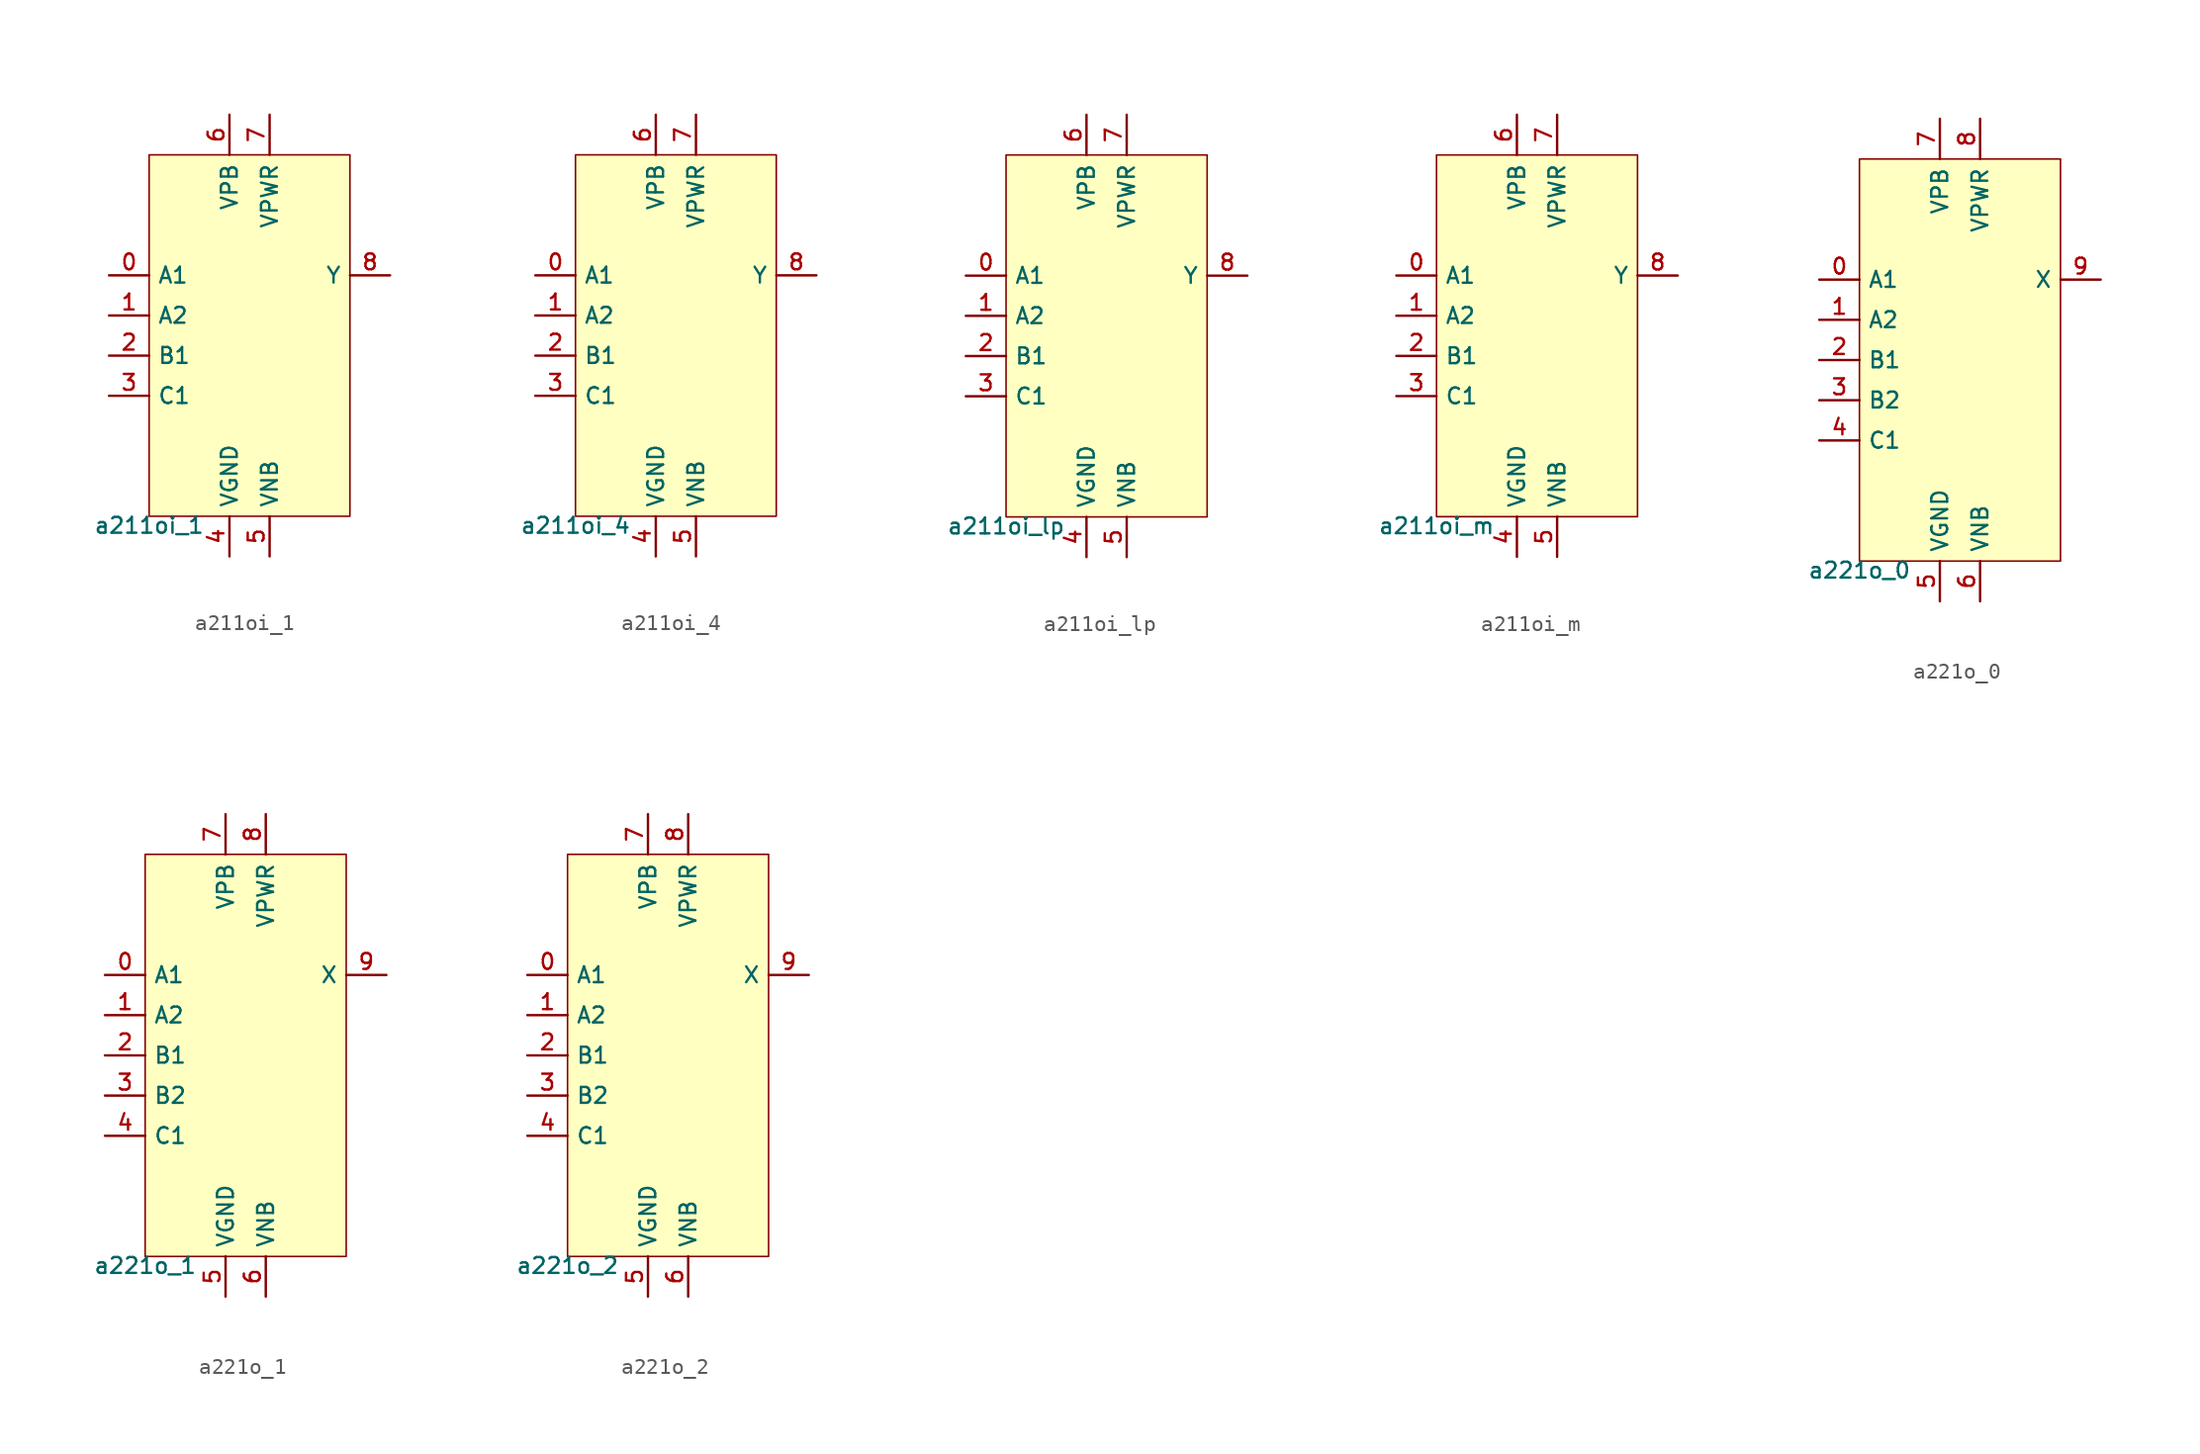
<source format=kicad_sym>
(kicad_symbol_lib
  (version 20211014)
  (generator pdk2kicad)
  (symbol "a211oi_1"
    (property "Reference" "X"
      (at 0 0 0)
      (effects (font (size 1 1)) hide))
    (property "Value" "a211oi_1"
      (at -6.35 -11.43 0)
      (effects (font (size 1 1)) (justify top)))
    (rectangle
      (start -6.35 -11.43)
      (end 6.35 11.43)
      (stroke (width 0.1) (type solid) (color 0 0 0 0))
      (fill (type background)))
    (pin input line
      (at -8.89 3.81 0)
      (length 2.54)
      (name "A1" (effects (font (size 1 1)) hide))
      (number "0" (effects (font (size 1 1)) hide)))
    (pin input line
      (at -8.89 1.27 0)
      (length 2.54)
      (name "A2" (effects (font (size 1 1)) hide))
      (number "1" (effects (font (size 1 1)) hide)))
    (pin input line
      (at -8.89 -1.27 0)
      (length 2.54)
      (name "B1" (effects (font (size 1 1)) hide))
      (number "2" (effects (font (size 1 1)) hide)))
    (pin input line
      (at -8.89 -3.81 0)
      (length 2.54)
      (name "C1" (effects (font (size 1 1)) hide))
      (number "3" (effects (font (size 1 1)) hide)))
    (pin power_in line
      (at -1.27 -13.97 90)
      (length 2.54)
      (name "VGND" (effects (font (size 1 1)) hide))
      (number "4" (effects (font (size 1 1)) hide)))
    (pin power_in line
      (at 1.27 -13.97 90)
      (length 2.54)
      (name "VNB" (effects (font (size 1 1)) hide))
      (number "5" (effects (font (size 1 1)) hide)))
    (pin power_in line
      (at -1.27 13.97 270)
      (length 2.54)
      (name "VPB" (effects (font (size 1 1)) hide))
      (number "6" (effects (font (size 1 1)) hide)))
    (pin power_in line
      (at 1.27 13.97 270)
      (length 2.54)
      (name "VPWR" (effects (font (size 1 1)) hide))
      (number "7" (effects (font (size 1 1)) hide)))
    (pin output line
      (at 8.89 3.81 180)
      (length 2.54)
      (name "Y" (effects (font (size 1 1)) hide))
      (number "8" (effects (font (size 1 1)) hide))))
  (symbol "a211oi_4"
    (property "Reference" "X"
      (at 0 0 0)
      (effects (font (size 1 1)) hide))
    (property "Value" "a211oi_4"
      (at -6.35 -11.43 0)
      (effects (font (size 1 1)) (justify top)))
    (rectangle
      (start -6.35 -11.43)
      (end 6.35 11.43)
      (stroke (width 0.1) (type solid) (color 0 0 0 0))
      (fill (type background)))
    (pin input line
      (at -8.89 3.81 0)
      (length 2.54)
      (name "A1" (effects (font (size 1 1)) hide))
      (number "0" (effects (font (size 1 1)) hide)))
    (pin input line
      (at -8.89 1.27 0)
      (length 2.54)
      (name "A2" (effects (font (size 1 1)) hide))
      (number "1" (effects (font (size 1 1)) hide)))
    (pin input line
      (at -8.89 -1.27 0)
      (length 2.54)
      (name "B1" (effects (font (size 1 1)) hide))
      (number "2" (effects (font (size 1 1)) hide)))
    (pin input line
      (at -8.89 -3.81 0)
      (length 2.54)
      (name "C1" (effects (font (size 1 1)) hide))
      (number "3" (effects (font (size 1 1)) hide)))
    (pin power_in line
      (at -1.27 -13.97 90)
      (length 2.54)
      (name "VGND" (effects (font (size 1 1)) hide))
      (number "4" (effects (font (size 1 1)) hide)))
    (pin power_in line
      (at 1.27 -13.97 90)
      (length 2.54)
      (name "VNB" (effects (font (size 1 1)) hide))
      (number "5" (effects (font (size 1 1)) hide)))
    (pin power_in line
      (at -1.27 13.97 270)
      (length 2.54)
      (name "VPB" (effects (font (size 1 1)) hide))
      (number "6" (effects (font (size 1 1)) hide)))
    (pin power_in line
      (at 1.27 13.97 270)
      (length 2.54)
      (name "VPWR" (effects (font (size 1 1)) hide))
      (number "7" (effects (font (size 1 1)) hide)))
    (pin output line
      (at 8.89 3.81 180)
      (length 2.54)
      (name "Y" (effects (font (size 1 1)) hide))
      (number "8" (effects (font (size 1 1)) hide))))
  (symbol "a211oi_lp"
    (property "Reference" "X"
      (at 0 0 0)
      (effects (font (size 1 1)) hide))
    (property "Value" "a211oi_lp"
      (at -6.35 -11.43 0)
      (effects (font (size 1 1)) (justify top)))
    (rectangle
      (start -6.35 -11.43)
      (end 6.35 11.43)
      (stroke (width 0.1) (type solid) (color 0 0 0 0))
      (fill (type background)))
    (pin input line
      (at -8.89 3.81 0)
      (length 2.54)
      (name "A1" (effects (font (size 1 1)) hide))
      (number "0" (effects (font (size 1 1)) hide)))
    (pin input line
      (at -8.89 1.27 0)
      (length 2.54)
      (name "A2" (effects (font (size 1 1)) hide))
      (number "1" (effects (font (size 1 1)) hide)))
    (pin input line
      (at -8.89 -1.27 0)
      (length 2.54)
      (name "B1" (effects (font (size 1 1)) hide))
      (number "2" (effects (font (size 1 1)) hide)))
    (pin input line
      (at -8.89 -3.81 0)
      (length 2.54)
      (name "C1" (effects (font (size 1 1)) hide))
      (number "3" (effects (font (size 1 1)) hide)))
    (pin power_in line
      (at -1.27 -13.97 90)
      (length 2.54)
      (name "VGND" (effects (font (size 1 1)) hide))
      (number "4" (effects (font (size 1 1)) hide)))
    (pin power_in line
      (at 1.27 -13.97 90)
      (length 2.54)
      (name "VNB" (effects (font (size 1 1)) hide))
      (number "5" (effects (font (size 1 1)) hide)))
    (pin power_in line
      (at -1.27 13.97 270)
      (length 2.54)
      (name "VPB" (effects (font (size 1 1)) hide))
      (number "6" (effects (font (size 1 1)) hide)))
    (pin power_in line
      (at 1.27 13.97 270)
      (length 2.54)
      (name "VPWR" (effects (font (size 1 1)) hide))
      (number "7" (effects (font (size 1 1)) hide)))
    (pin output line
      (at 8.89 3.81 180)
      (length 2.54)
      (name "Y" (effects (font (size 1 1)) hide))
      (number "8" (effects (font (size 1 1)) hide))))
  (symbol "a211oi_m"
    (property "Reference" "X"
      (at 0 0 0)
      (effects (font (size 1 1)) hide))
    (property "Value" "a211oi_m"
      (at -6.35 -11.43 0)
      (effects (font (size 1 1)) (justify top)))
    (rectangle
      (start -6.35 -11.43)
      (end 6.35 11.43)
      (stroke (width 0.1) (type solid) (color 0 0 0 0))
      (fill (type background)))
    (pin input line
      (at -8.89 3.81 0)
      (length 2.54)
      (name "A1" (effects (font (size 1 1)) hide))
      (number "0" (effects (font (size 1 1)) hide)))
    (pin input line
      (at -8.89 1.27 0)
      (length 2.54)
      (name "A2" (effects (font (size 1 1)) hide))
      (number "1" (effects (font (size 1 1)) hide)))
    (pin input line
      (at -8.89 -1.27 0)
      (length 2.54)
      (name "B1" (effects (font (size 1 1)) hide))
      (number "2" (effects (font (size 1 1)) hide)))
    (pin input line
      (at -8.89 -3.81 0)
      (length 2.54)
      (name "C1" (effects (font (size 1 1)) hide))
      (number "3" (effects (font (size 1 1)) hide)))
    (pin power_in line
      (at -1.27 -13.97 90)
      (length 2.54)
      (name "VGND" (effects (font (size 1 1)) hide))
      (number "4" (effects (font (size 1 1)) hide)))
    (pin power_in line
      (at 1.27 -13.97 90)
      (length 2.54)
      (name "VNB" (effects (font (size 1 1)) hide))
      (number "5" (effects (font (size 1 1)) hide)))
    (pin power_in line
      (at -1.27 13.97 270)
      (length 2.54)
      (name "VPB" (effects (font (size 1 1)) hide))
      (number "6" (effects (font (size 1 1)) hide)))
    (pin power_in line
      (at 1.27 13.97 270)
      (length 2.54)
      (name "VPWR" (effects (font (size 1 1)) hide))
      (number "7" (effects (font (size 1 1)) hide)))
    (pin output line
      (at 8.89 3.81 180)
      (length 2.54)
      (name "Y" (effects (font (size 1 1)) hide))
      (number "8" (effects (font (size 1 1)) hide))))
  (symbol "a221o_0"
    (property "Reference" "X"
      (at 0 0 0)
      (effects (font (size 1 1)) hide))
    (property "Value" "a221o_0"
      (at -6.35 -12.7 0)
      (effects (font (size 1 1)) (justify top)))
    (rectangle
      (start -6.35 -12.7)
      (end 6.35 12.7)
      (stroke (width 0.1) (type solid) (color 0 0 0 0))
      (fill (type background)))
    (pin input line
      (at -8.89 5.08 0)
      (length 2.54)
      (name "A1" (effects (font (size 1 1)) hide))
      (number "0" (effects (font (size 1 1)) hide)))
    (pin input line
      (at -8.89 2.54 0)
      (length 2.54)
      (name "A2" (effects (font (size 1 1)) hide))
      (number "1" (effects (font (size 1 1)) hide)))
    (pin input line
      (at -8.89 -8.881784197001252e-16 0)
      (length 2.54)
      (name "B1" (effects (font (size 1 1)) hide))
      (number "2" (effects (font (size 1 1)) hide)))
    (pin input line
      (at -8.89 -2.54 0)
      (length 2.54)
      (name "B2" (effects (font (size 1 1)) hide))
      (number "3" (effects (font (size 1 1)) hide)))
    (pin input line
      (at -8.89 -5.08 0)
      (length 2.54)
      (name "C1" (effects (font (size 1 1)) hide))
      (number "4" (effects (font (size 1 1)) hide)))
    (pin power_in line
      (at -1.27 -15.24 90)
      (length 2.54)
      (name "VGND" (effects (font (size 1 1)) hide))
      (number "5" (effects (font (size 1 1)) hide)))
    (pin power_in line
      (at 1.27 -15.24 90)
      (length 2.54)
      (name "VNB" (effects (font (size 1 1)) hide))
      (number "6" (effects (font (size 1 1)) hide)))
    (pin power_in line
      (at -1.27 15.24 270)
      (length 2.54)
      (name "VPB" (effects (font (size 1 1)) hide))
      (number "7" (effects (font (size 1 1)) hide)))
    (pin power_in line
      (at 1.27 15.24 270)
      (length 2.54)
      (name "VPWR" (effects (font (size 1 1)) hide))
      (number "8" (effects (font (size 1 1)) hide)))
    (pin output line
      (at 8.89 5.08 180)
      (length 2.54)
      (name "X" (effects (font (size 1 1)) hide))
      (number "9" (effects (font (size 1 1)) hide))))
  (symbol "a221o_1"
    (property "Reference" "X"
      (at 0 0 0)
      (effects (font (size 1 1)) hide))
    (property "Value" "a221o_1"
      (at -6.35 -12.7 0)
      (effects (font (size 1 1)) (justify top)))
    (rectangle
      (start -6.35 -12.7)
      (end 6.35 12.7)
      (stroke (width 0.1) (type solid) (color 0 0 0 0))
      (fill (type background)))
    (pin input line
      (at -8.89 5.08 0)
      (length 2.54)
      (name "A1" (effects (font (size 1 1)) hide))
      (number "0" (effects (font (size 1 1)) hide)))
    (pin input line
      (at -8.89 2.54 0)
      (length 2.54)
      (name "A2" (effects (font (size 1 1)) hide))
      (number "1" (effects (font (size 1 1)) hide)))
    (pin input line
      (at -8.89 -8.881784197001252e-16 0)
      (length 2.54)
      (name "B1" (effects (font (size 1 1)) hide))
      (number "2" (effects (font (size 1 1)) hide)))
    (pin input line
      (at -8.89 -2.54 0)
      (length 2.54)
      (name "B2" (effects (font (size 1 1)) hide))
      (number "3" (effects (font (size 1 1)) hide)))
    (pin input line
      (at -8.89 -5.08 0)
      (length 2.54)
      (name "C1" (effects (font (size 1 1)) hide))
      (number "4" (effects (font (size 1 1)) hide)))
    (pin power_in line
      (at -1.27 -15.24 90)
      (length 2.54)
      (name "VGND" (effects (font (size 1 1)) hide))
      (number "5" (effects (font (size 1 1)) hide)))
    (pin power_in line
      (at 1.27 -15.24 90)
      (length 2.54)
      (name "VNB" (effects (font (size 1 1)) hide))
      (number "6" (effects (font (size 1 1)) hide)))
    (pin power_in line
      (at -1.27 15.24 270)
      (length 2.54)
      (name "VPB" (effects (font (size 1 1)) hide))
      (number "7" (effects (font (size 1 1)) hide)))
    (pin power_in line
      (at 1.27 15.24 270)
      (length 2.54)
      (name "VPWR" (effects (font (size 1 1)) hide))
      (number "8" (effects (font (size 1 1)) hide)))
    (pin output line
      (at 8.89 5.08 180)
      (length 2.54)
      (name "X" (effects (font (size 1 1)) hide))
      (number "9" (effects (font (size 1 1)) hide))))
  (symbol "a221o_2"
    (property "Reference" "X"
      (at 0 0 0)
      (effects (font (size 1 1)) hide))
    (property "Value" "a221o_2"
      (at -6.35 -12.7 0)
      (effects (font (size 1 1)) (justify top)))
    (rectangle
      (start -6.35 -12.7)
      (end 6.35 12.7)
      (stroke (width 0.1) (type solid) (color 0 0 0 0))
      (fill (type background)))
    (pin input line
      (at -8.89 5.08 0)
      (length 2.54)
      (name "A1" (effects (font (size 1 1)) hide))
      (number "0" (effects (font (size 1 1)) hide)))
    (pin input line
      (at -8.89 2.54 0)
      (length 2.54)
      (name "A2" (effects (font (size 1 1)) hide))
      (number "1" (effects (font (size 1 1)) hide)))
    (pin input line
      (at -8.89 -8.881784197001252e-16 0)
      (length 2.54)
      (name "B1" (effects (font (size 1 1)) hide))
      (number "2" (effects (font (size 1 1)) hide)))
    (pin input line
      (at -8.89 -2.54 0)
      (length 2.54)
      (name "B2" (effects (font (size 1 1)) hide))
      (number "3" (effects (font (size 1 1)) hide)))
    (pin input line
      (at -8.89 -5.08 0)
      (length 2.54)
      (name "C1" (effects (font (size 1 1)) hide))
      (number "4" (effects (font (size 1 1)) hide)))
    (pin power_in line
      (at -1.27 -15.24 90)
      (length 2.54)
      (name "VGND" (effects (font (size 1 1)) hide))
      (number "5" (effects (font (size 1 1)) hide)))
    (pin power_in line
      (at 1.27 -15.24 90)
      (length 2.54)
      (name "VNB" (effects (font (size 1 1)) hide))
      (number "6" (effects (font (size 1 1)) hide)))
    (pin power_in line
      (at -1.27 15.24 270)
      (length 2.54)
      (name "VPB" (effects (font (size 1 1)) hide))
      (number "7" (effects (font (size 1 1)) hide)))
    (pin power_in line
      (at 1.27 15.24 270)
      (length 2.54)
      (name "VPWR" (effects (font (size 1 1)) hide))
      (number "8" (effects (font (size 1 1)) hide)))
    (pin output line
      (at 8.89 5.08 180)
      (length 2.54)
      (name "X" (effects (font (size 1 1)) hide))
      (number "9" (effects (font (size 1 1)) hide)))))
</source>
